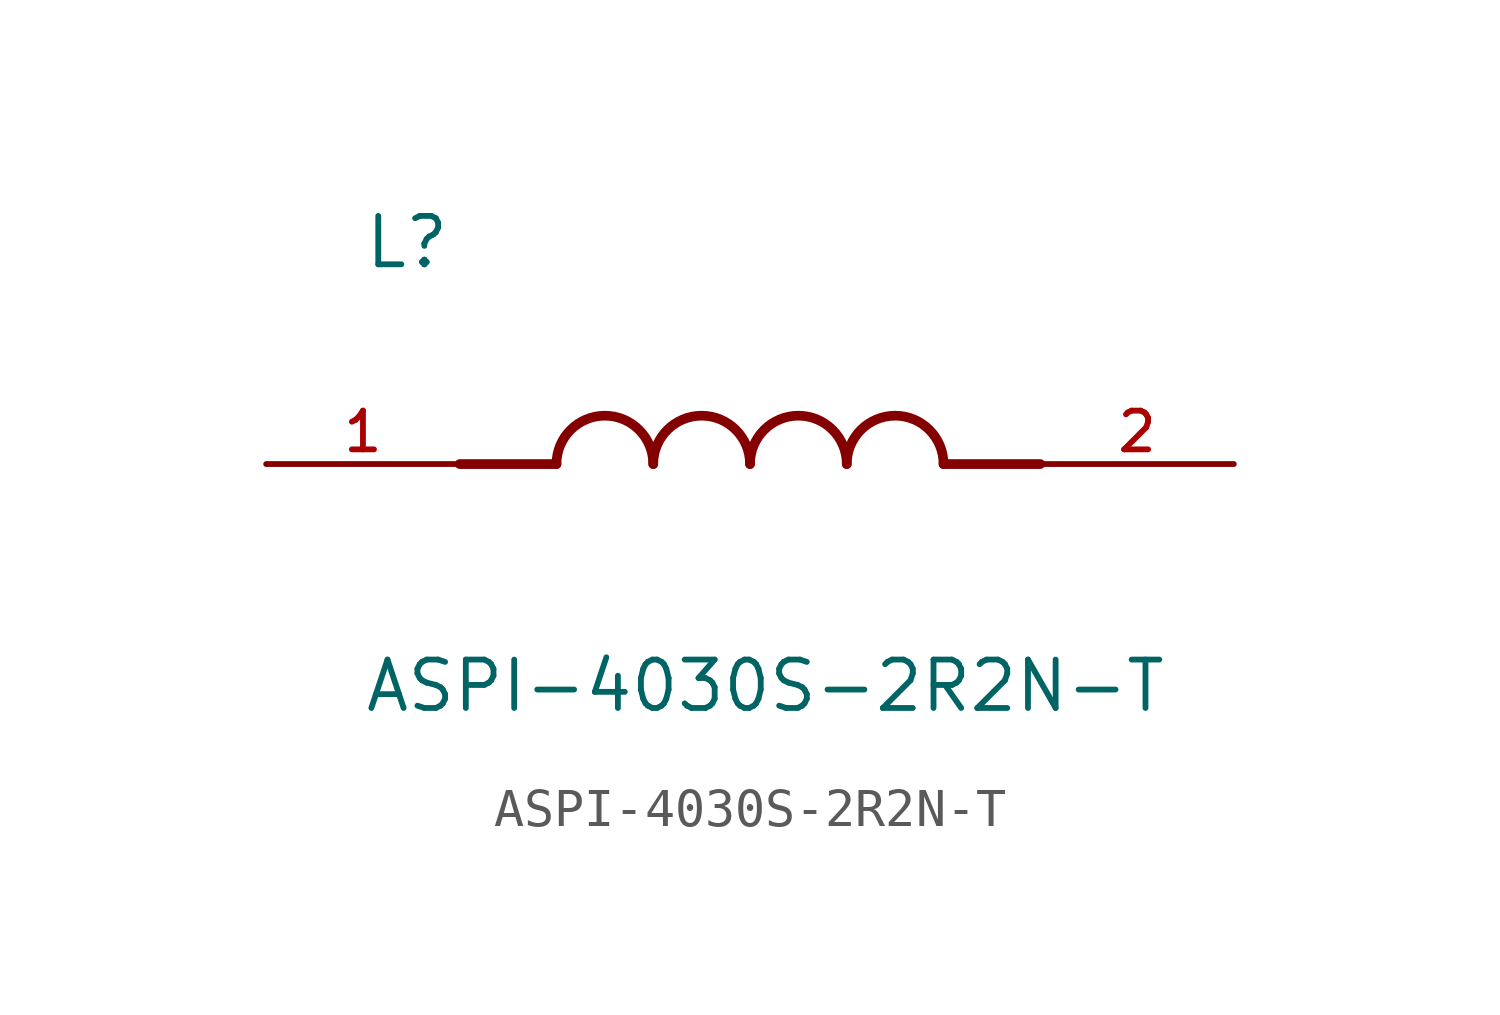
<source format=kicad_sym>
(kicad_symbol_lib
  (version 20211014)
  (generator kicad_symbol_editor)
  (symbol "ASPI-4030S-2R2N-T"
    (pin_names
      (offset 1.016))
    (property "Reference" "L"
      (at -10.16 5.08 0)
      (effects (font (size 1.27 1.27)) (justify bottom left)))
    (property "Value" "ASPI-4030S-2R2N-T"
      (at -10.16 -5.08 0)
      (effects (font (size 1.27 1.27)) (justify top left)))
    (symbol "ASPI-4030S-2R2N-T_0_0"
      (polyline (pts (xy -5.08 0.0) (xy -7.62 0.0)) (stroke (width 0.254)))
      (polyline (pts (xy 5.08 0.0) (xy 7.62 0.0)) (stroke (width 0.254)))
      (arc (start -2.54 0.0) (mid -3.81 1.27) (end -5.08 0.0) (stroke (width 0.254) (type default) (color 0 0 0 0)) (fill (type none)))
      (arc (start 0.0 0.0) (mid -1.27 1.27) (end -2.54 0.0) (stroke (width 0.254) (type default) (color 0 0 0 0)) (fill (type none)))
      (arc (start 2.54 0.0) (mid 1.27 1.27) (end 0.0 0.0) (stroke (width 0.254) (type default) (color 0 0 0 0)) (fill (type none)))
      (arc (start 5.08 0.0) (mid 3.81 1.27) (end 2.54 0.0) (stroke (width 0.254) (type default) (color 0 0 0 0)) (fill (type none)))
      (pin passive line (at -12.7 0.0 0) (length 5.08) (name "~" (effects (font (size 1.016 1.016)))) (number "1" (effects (font (size 1.016 1.016)))))
      (pin passive line (at 12.7 0.0 180.0) (length 5.08) (name "~" (effects (font (size 1.016 1.016)))) (number "2" (effects (font (size 1.016 1.016))))))))
</source>
